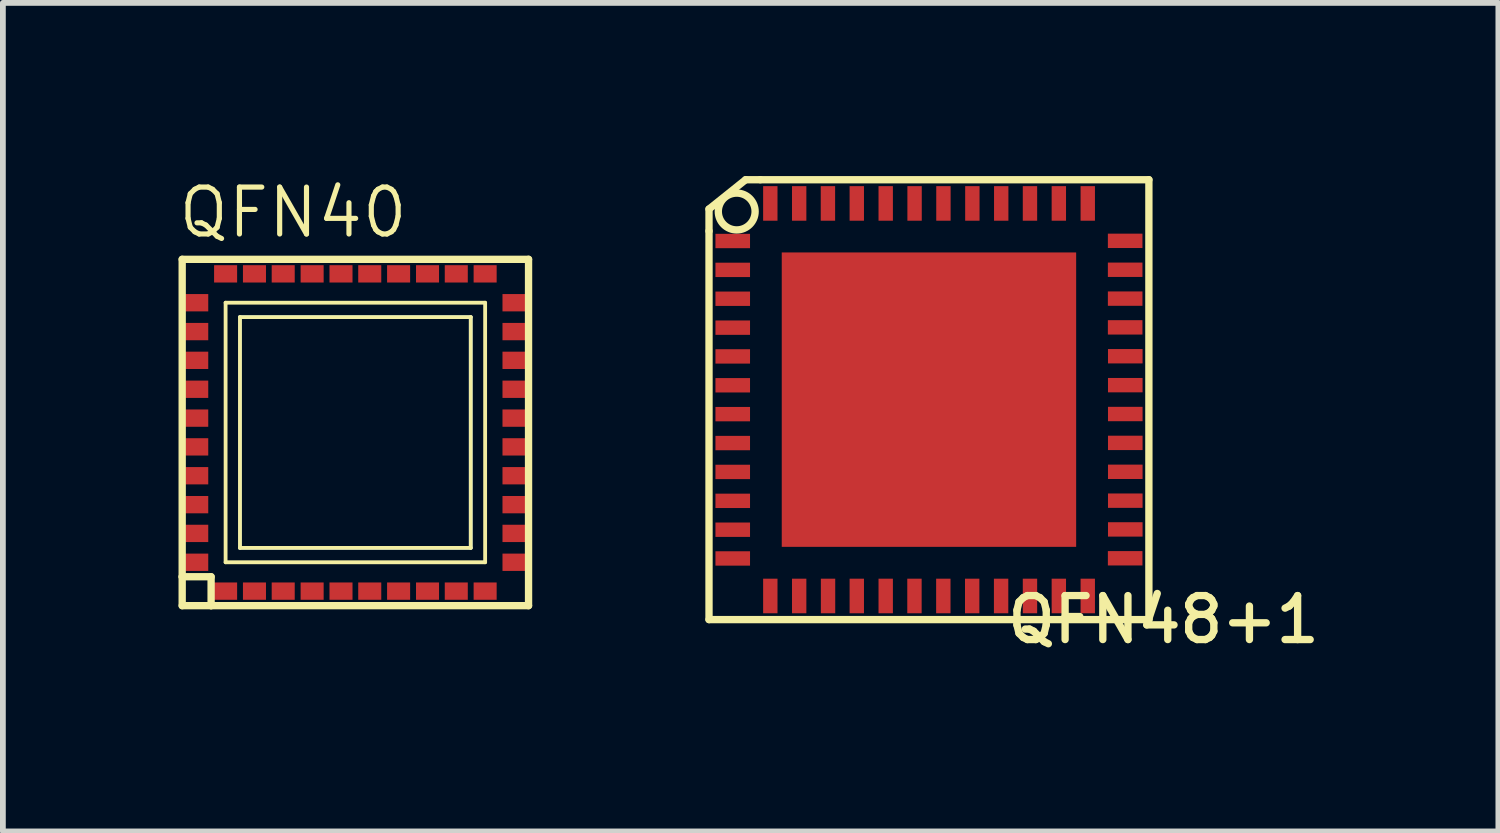
<source format=kicad_pcb>
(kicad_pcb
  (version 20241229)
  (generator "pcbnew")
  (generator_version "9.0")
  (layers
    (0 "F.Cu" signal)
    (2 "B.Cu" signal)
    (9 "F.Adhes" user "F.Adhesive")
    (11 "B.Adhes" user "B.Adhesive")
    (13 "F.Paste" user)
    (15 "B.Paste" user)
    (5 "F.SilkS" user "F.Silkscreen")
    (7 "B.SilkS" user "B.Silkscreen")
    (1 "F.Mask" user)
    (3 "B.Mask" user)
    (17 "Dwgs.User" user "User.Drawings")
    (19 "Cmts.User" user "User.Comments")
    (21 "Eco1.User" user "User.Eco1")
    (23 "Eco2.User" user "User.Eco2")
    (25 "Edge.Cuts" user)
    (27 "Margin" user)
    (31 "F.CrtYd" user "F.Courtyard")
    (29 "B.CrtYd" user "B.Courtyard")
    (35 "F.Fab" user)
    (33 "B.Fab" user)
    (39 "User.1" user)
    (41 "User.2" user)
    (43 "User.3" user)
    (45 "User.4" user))
  (footprint "QFN48+1"
    (layer "F.Cu")
    (at 13.042 3.873)
    (property "Reference" "QFN48+1" (at 4.064 3.81 0) (layer "F.SilkS") (effects (font (size 0.762 0.762) (thickness 0.127))))
    (attr smd)
    (fp_line (start -3.81 -3.302) (end -3.81 -2.921) (stroke (width 0.127) (type solid)) (layer "F.SilkS"))
    (fp_line (start -3.81 3.81) (end -3.81 -2.921) (stroke (width 0.127) (type solid)) (layer "F.SilkS"))
    (fp_line (start -3.175 -3.81) (end -3.81 -3.302) (stroke (width 0.127) (type solid)) (layer "F.SilkS"))
    (fp_line (start -2.921 -3.81) (end -3.175 -3.81) (stroke (width 0.127) (type solid)) (layer "F.SilkS"))
    (fp_line (start -2.921 -3.81) (end 3.81 -3.81) (stroke (width 0.127) (type solid)) (layer "F.SilkS"))
    (fp_line (start 3.81 -3.81) (end 3.81 3.81) (stroke (width 0.127) (type solid)) (layer "F.SilkS"))
    (fp_line (start 3.81 3.81) (end -3.81 3.81) (stroke (width 0.127) (type solid)) (layer "F.SilkS"))
    (fp_circle (center -3.33 -3.259) (end -3.432 -3.561) (stroke (width 0.127) (type solid)) (fill no) (layer "F.SilkS"))
    (pad "1" smd rect (at -3.399 -2.748) (size 0.599 0.249) (layers "F.Cu" "F.Mask" "F.Paste"))
    (pad "2" smd rect (at -3.399 -2.248) (size 0.599 0.249) (layers "F.Cu" "F.Mask" "F.Paste"))
    (pad "3" smd rect (at -3.399 -1.748) (size 0.599 0.249) (layers "F.Cu" "F.Mask" "F.Paste"))
    (pad "4" smd rect (at -3.399 -1.247) (size 0.599 0.249) (layers "F.Cu" "F.Mask" "F.Paste"))
    (pad "5" smd rect (at -3.399 -0.749) (size 0.599 0.249) (layers "F.Cu" "F.Mask" "F.Paste"))
    (pad "6" smd rect (at -3.399 -0.249) (size 0.599 0.249) (layers "F.Cu" "F.Mask" "F.Paste"))
    (pad "7" smd rect (at -3.399 0.251) (size 0.599 0.249) (layers "F.Cu" "F.Mask" "F.Paste"))
    (pad "8" smd rect (at -3.399 0.752) (size 0.599 0.249) (layers "F.Cu" "F.Mask" "F.Paste"))
    (pad "9" smd rect (at -3.399 1.252) (size 0.599 0.249) (layers "F.Cu" "F.Mask" "F.Paste"))
    (pad "10" smd rect (at -3.399 1.753) (size 0.599 0.249) (layers "F.Cu" "F.Mask" "F.Paste"))
    (pad "11" smd rect (at -3.399 2.253) (size 0.599 0.249) (layers "F.Cu" "F.Mask" "F.Paste"))
    (pad "12" smd rect (at -3.399 2.751) (size 0.599 0.249) (layers "F.Cu" "F.Mask" "F.Paste"))
    (pad "13" smd rect (at -2.748 3.401) (size 0.249 0.599) (layers "F.Cu" "F.Mask" "F.Paste"))
    (pad "14" smd rect (at -2.248 3.401) (size 0.249 0.599) (layers "F.Cu" "F.Mask" "F.Paste"))
    (pad "15" smd rect (at -1.748 3.401) (size 0.249 0.599) (layers "F.Cu" "F.Mask" "F.Paste"))
    (pad "16" smd rect (at -1.25 3.401) (size 0.249 0.599) (layers "F.Cu" "F.Mask" "F.Paste"))
    (pad "17" smd rect (at -0.749 3.401) (size 0.249 0.599) (layers "F.Cu" "F.Mask" "F.Paste"))
    (pad "18" smd rect (at -0.251 3.401) (size 0.249 0.599) (layers "F.Cu" "F.Mask" "F.Paste"))
    (pad "19" smd rect (at 0.249 3.401) (size 0.249 0.599) (layers "F.Cu" "F.Mask" "F.Paste"))
    (pad "20" smd rect (at 0.749 3.401) (size 0.249 0.599) (layers "F.Cu" "F.Mask" "F.Paste"))
    (pad "21" smd rect (at 1.25 3.401) (size 0.249 0.599) (layers "F.Cu" "F.Mask" "F.Paste"))
    (pad "22" smd rect (at 1.75 3.401) (size 0.249 0.599) (layers "F.Cu" "F.Mask" "F.Paste"))
    (pad "23" smd rect (at 2.25 3.401) (size 0.249 0.599) (layers "F.Cu" "F.Mask" "F.Paste"))
    (pad "24" smd rect (at 2.751 3.401) (size 0.249 0.599) (layers "F.Cu" "F.Mask" "F.Paste"))
    (pad "25" smd rect (at 3.399 2.748) (size 0.599 0.249) (layers "F.Cu" "F.Mask" "F.Paste"))
    (pad "26" smd rect (at 3.401 2.248) (size 0.599 0.249) (layers "F.Cu" "F.Mask" "F.Paste"))
    (pad "27" smd rect (at 3.401 1.75) (size 0.599 0.249) (layers "F.Cu" "F.Mask" "F.Paste"))
    (pad "28" smd rect (at 3.401 1.25) (size 0.599 0.249) (layers "F.Cu" "F.Mask" "F.Paste"))
    (pad "29" smd rect (at 3.401 0.749) (size 0.599 0.249) (layers "F.Cu" "F.Mask" "F.Paste"))
    (pad "30" smd rect (at 3.401 0.249) (size 0.599 0.249) (layers "F.Cu" "F.Mask" "F.Paste"))
    (pad "31" smd rect (at 3.401 -0.251) (size 0.599 0.249) (layers "F.Cu" "F.Mask" "F.Paste"))
    (pad "32" smd rect (at 3.401 -0.752) (size 0.599 0.249) (layers "F.Cu" "F.Mask" "F.Paste"))
    (pad "33" smd rect (at 3.399 -1.252) (size 0.599 0.249) (layers "F.Cu" "F.Mask" "F.Paste"))
    (pad "34" smd rect (at 3.399 -1.75) (size 0.599 0.249) (layers "F.Cu" "F.Mask" "F.Paste"))
    (pad "35" smd rect (at 3.399 -2.25) (size 0.599 0.249) (layers "F.Cu" "F.Mask" "F.Paste"))
    (pad "36" smd rect (at 3.399 -2.751) (size 0.599 0.249) (layers "F.Cu" "F.Mask" "F.Paste"))
    (pad "37" smd rect (at 2.751 -3.399) (size 0.249 0.599) (layers "F.Cu" "F.Mask" "F.Paste"))
    (pad "38" smd rect (at 2.25 -3.399) (size 0.249 0.599) (layers "F.Cu" "F.Mask" "F.Paste"))
    (pad "39" smd rect (at 1.75 -3.399) (size 0.249 0.599) (layers "F.Cu" "F.Mask" "F.Paste"))
    (pad "40" smd rect (at 1.252 -3.399) (size 0.249 0.599) (layers "F.Cu" "F.Mask" "F.Paste"))
    (pad "41" smd rect (at 0.752 -3.399) (size 0.249 0.599) (layers "F.Cu" "F.Mask" "F.Paste"))
    (pad "42" smd rect (at 0.251 -3.399) (size 0.249 0.599) (layers "F.Cu" "F.Mask" "F.Paste"))
    (pad "43" smd rect (at -0.249 -3.399) (size 0.249 0.599) (layers "F.Cu" "F.Mask" "F.Paste"))
    (pad "44" smd rect (at -0.749 -3.399) (size 0.249 0.599) (layers "F.Cu" "F.Mask" "F.Paste"))
    (pad "45" smd rect (at -1.25 -3.399) (size 0.249 0.599) (layers "F.Cu" "F.Mask" "F.Paste"))
    (pad "46" smd rect (at -1.75 -3.399) (size 0.249 0.599) (layers "F.Cu" "F.Mask" "F.Paste"))
    (pad "47" smd rect (at -2.248 -3.399) (size 0.249 0.599) (layers "F.Cu" "F.Mask" "F.Paste"))
    (pad "48" smd rect (at -2.748 -3.399) (size 0.249 0.599) (layers "F.Cu" "F.Mask" "F.Paste"))
    (pad "49" smd rect (at 0 0) (size 5.1 5.1) (layers "F.Cu" "F.Mask" "F.Paste")))
  (footprint "QFN40"
    (layer "F.Cu")
    (at 3.106 4.442)
    (property "Reference" "QFN40" (at -1.079 -3.81 0) (layer "F.SilkS") (effects (font (size 0.813 0.813) (thickness 0.089))))
    (attr smd)
    (fp_line (start -1.999 -1.999) (end 1.999 -1.999) (stroke (width 0.066) (type solid)) (layer "B.Cu"))
    (fp_line (start -1.999 1.999) (end -1.999 -1.999) (stroke (width 0.066) (type solid)) (layer "B.Cu"))
    (fp_line (start -1.999 1.999) (end 1.999 1.999) (stroke (width 0.066) (type solid)) (layer "B.Cu"))
    (fp_line (start 1.999 1.999) (end 1.999 -1.999) (stroke (width 0.066) (type solid)) (layer "B.Cu"))
    (fp_line (start -3 -3) (end 3 -3) (stroke (width 0.127) (type solid)) (layer "F.SilkS"))
    (fp_line (start -3 2.499) (end -3 -3) (stroke (width 0.127) (type solid)) (layer "F.SilkS"))
    (fp_line (start -3 2.499) (end -2.499 2.499) (stroke (width 0.127) (type solid)) (layer "F.SilkS"))
    (fp_line (start -3 3) (end -3 2.499) (stroke (width 0.127) (type solid)) (layer "F.SilkS"))
    (fp_line (start -2.499 2.499) (end -2.499 3) (stroke (width 0.127) (type solid)) (layer "F.SilkS"))
    (fp_line (start -2.499 3) (end -3 3) (stroke (width 0.127) (type solid)) (layer "F.SilkS"))
    (fp_line (start -2.248 -2.248) (end 2.248 -2.248) (stroke (width 0.066) (type solid)) (layer "F.SilkS"))
    (fp_line (start -2.248 2.248) (end -2.248 -2.248) (stroke (width 0.066) (type solid)) (layer "F.SilkS"))
    (fp_line (start -2.248 2.248) (end 2.248 2.248) (stroke (width 0.066) (type solid)) (layer "F.SilkS"))
    (fp_line (start -1.999 -1.999) (end 1.999 -1.999) (stroke (width 0.066) (type solid)) (layer "F.SilkS"))
    (fp_line (start -1.999 1.999) (end -1.999 -1.999) (stroke (width 0.066) (type solid)) (layer "F.SilkS"))
    (fp_line (start -1.999 1.999) (end 1.999 1.999) (stroke (width 0.066) (type solid)) (layer "F.SilkS"))
    (fp_line (start 1.999 1.999) (end 1.999 -1.999) (stroke (width 0.066) (type solid)) (layer "F.SilkS"))
    (fp_line (start 2.248 2.248) (end 2.248 -2.248) (stroke (width 0.066) (type solid)) (layer "F.SilkS"))
    (fp_line (start 3 -3) (end 3 3) (stroke (width 0.127) (type solid)) (layer "F.SilkS"))
    (fp_line (start 3 3) (end -2.499 3) (stroke (width 0.127) (type solid)) (layer "F.SilkS"))
    (pad "1" smd rect (at -2.248 2.748) (size 0.399 0.3) (layers "F.Cu" "F.Mask" "F.Paste"))
    (pad "2" smd rect (at -1.748 2.748) (size 0.399 0.3) (layers "F.Cu" "F.Mask" "F.Paste"))
    (pad "3" smd rect (at -1.25 2.748) (size 0.399 0.3) (layers "F.Cu" "F.Mask" "F.Paste"))
    (pad "4" smd rect (at -0.749 2.748) (size 0.399 0.3) (layers "F.Cu" "F.Mask" "F.Paste"))
    (pad "5" smd rect (at -0.249 2.748) (size 0.399 0.3) (layers "F.Cu" "F.Mask" "F.Paste"))
    (pad "6" smd rect (at 0.249 2.748) (size 0.399 0.3) (layers "F.Cu" "F.Mask" "F.Paste"))
    (pad "7" smd rect (at 0.749 2.748) (size 0.399 0.3) (layers "F.Cu" "F.Mask" "F.Paste"))
    (pad "8" smd rect (at 1.25 2.748) (size 0.399 0.3) (layers "F.Cu" "F.Mask" "F.Paste"))
    (pad "9" smd rect (at 1.748 2.748) (size 0.399 0.3) (layers "F.Cu" "F.Mask" "F.Paste"))
    (pad "10" smd rect (at 2.248 2.748) (size 0.399 0.3) (layers "F.Cu" "F.Mask" "F.Paste"))
    (pad "11" smd rect (at 2.748 2.248) (size 0.399 0.3) (layers "F.Cu" "F.Mask" "F.Paste"))
    (pad "12" smd rect (at 2.748 1.748) (size 0.399 0.3) (layers "F.Cu" "F.Mask" "F.Paste"))
    (pad "13" smd rect (at 2.748 1.25) (size 0.399 0.3) (layers "F.Cu" "F.Mask" "F.Paste"))
    (pad "14" smd rect (at 2.748 0.749) (size 0.399 0.3) (layers "F.Cu" "F.Mask" "F.Paste"))
    (pad "15" smd rect (at 2.748 0.249) (size 0.399 0.3) (layers "F.Cu" "F.Mask" "F.Paste"))
    (pad "16" smd rect (at 2.748 -0.249) (size 0.399 0.3) (layers "F.Cu" "F.Mask" "F.Paste"))
    (pad "17" smd rect (at 2.748 -0.749) (size 0.399 0.3) (layers "F.Cu" "F.Mask" "F.Paste"))
    (pad "18" smd rect (at 2.748 -1.25) (size 0.399 0.3) (layers "F.Cu" "F.Mask" "F.Paste"))
    (pad "19" smd rect (at 2.748 -1.748) (size 0.399 0.3) (layers "F.Cu" "F.Mask" "F.Paste"))
    (pad "20" smd rect (at 2.748 -2.248) (size 0.399 0.3) (layers "F.Cu" "F.Mask" "F.Paste"))
    (pad "21" smd rect (at 2.248 -2.748) (size 0.399 0.3) (layers "F.Cu" "F.Mask" "F.Paste"))
    (pad "22" smd rect (at 1.748 -2.748) (size 0.399 0.3) (layers "F.Cu" "F.Mask" "F.Paste"))
    (pad "23" smd rect (at 1.25 -2.748) (size 0.399 0.3) (layers "F.Cu" "F.Mask" "F.Paste"))
    (pad "24" smd rect (at 0.749 -2.748) (size 0.399 0.3) (layers "F.Cu" "F.Mask" "F.Paste"))
    (pad "25" smd rect (at 0.249 -2.748) (size 0.399 0.3) (layers "F.Cu" "F.Mask" "F.Paste"))
    (pad "26" smd rect (at -0.249 -2.748) (size 0.399 0.3) (layers "F.Cu" "F.Mask" "F.Paste"))
    (pad "27" smd rect (at -0.749 -2.748) (size 0.399 0.3) (layers "F.Cu" "F.Mask" "F.Paste"))
    (pad "28" smd rect (at -1.25 -2.748) (size 0.399 0.3) (layers "F.Cu" "F.Mask" "F.Paste"))
    (pad "29" smd rect (at -1.748 -2.748) (size 0.399 0.3) (layers "F.Cu" "F.Mask" "F.Paste"))
    (pad "30" smd rect (at -2.248 -2.748) (size 0.399 0.3) (layers "F.Cu" "F.Mask" "F.Paste"))
    (pad "31" smd rect (at -2.748 -2.248) (size 0.399 0.3) (layers "F.Cu" "F.Mask" "F.Paste"))
    (pad "32" smd rect (at -2.748 -1.748) (size 0.399 0.3) (layers "F.Cu" "F.Mask" "F.Paste"))
    (pad "33" smd rect (at -2.748 -1.25) (size 0.399 0.3) (layers "F.Cu" "F.Mask" "F.Paste"))
    (pad "34" smd rect (at -2.748 -0.749) (size 0.399 0.3) (layers "F.Cu" "F.Mask" "F.Paste"))
    (pad "35" smd rect (at -2.748 -0.249) (size 0.399 0.3) (layers "F.Cu" "F.Mask" "F.Paste"))
    (pad "36" smd rect (at -2.748 0.249) (size 0.399 0.3) (layers "F.Cu" "F.Mask" "F.Paste"))
    (pad "37" smd rect (at -2.748 0.749) (size 0.399 0.3) (layers "F.Cu" "F.Mask" "F.Paste"))
    (pad "38" smd rect (at -2.748 1.25) (size 0.399 0.3) (layers "F.Cu" "F.Mask" "F.Paste"))
    (pad "39" smd rect (at -2.748 1.748) (size 0.399 0.3) (layers "F.Cu" "F.Mask" "F.Paste"))
    (pad "40" smd rect (at -2.748 2.248) (size 0.399 0.3) (layers "F.Cu" "F.Mask" "F.Paste")))
  (gr_rect
    (start -3 -3)
    (end 22.906 11.352)
    (stroke (width 0.1) (type default))
    (fill no)
    (layer "Edge.Cuts")))
</source>
